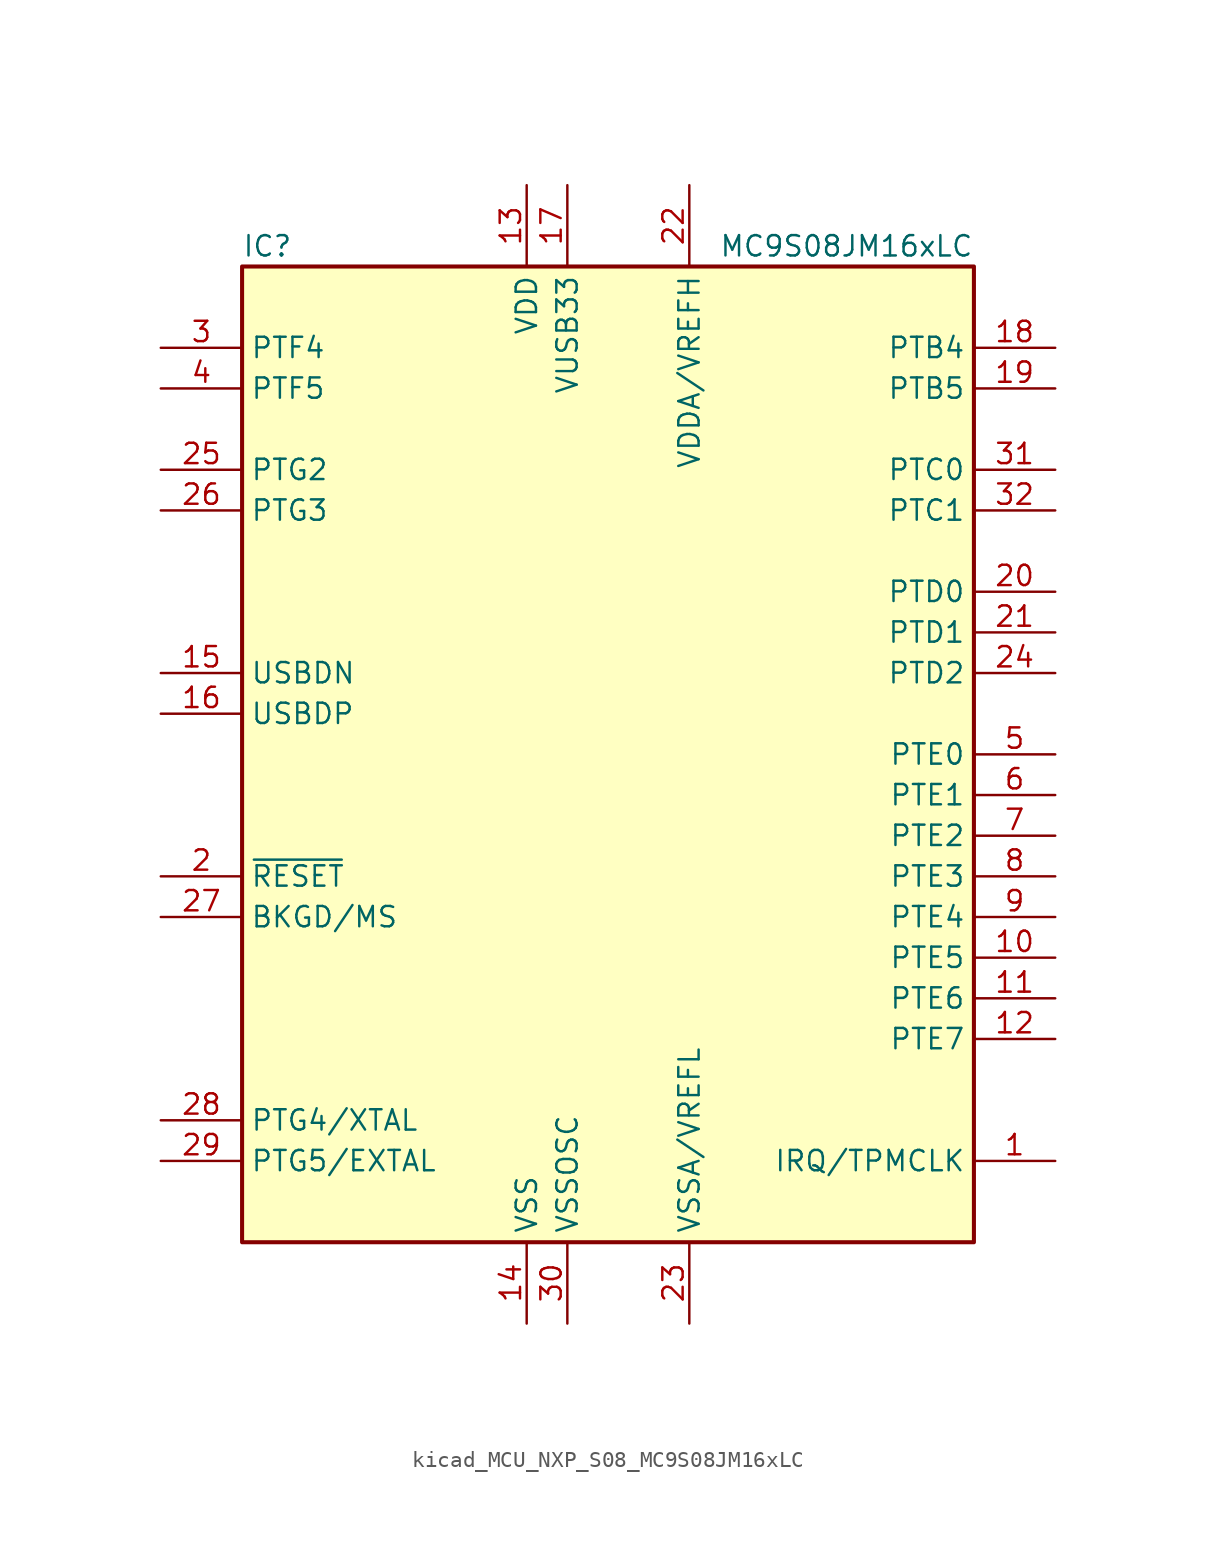
<source format=kicad_sym>
(kicad_symbol_lib
  (version 20220914)
  (generator kicad_symbol_editor)
  (symbol "kicad_MCU_NXP_S08_MC9S08JM16xLC"
    (property "Reference" "IC"
      (at -22.86 31.75 0)
      (effects (font (size 1.27 1.27)) (justify left)))
    (property "Value" "MC9S08JM16xLC"
      (at 22.86 31.75 0)
      (effects (font (size 1.27 1.27)) (justify right)))
    (symbol "kicad_MCU_NXP_S08_MC9S08JM16xLC_0_1"
      (rectangle (start -22.86 30.48) (end 22.86 -30.48) (stroke (width 0.254) (type default)) (fill (type background))))
    (symbol "kicad_MCU_NXP_S08_MC9S08JM16xLC_1_1"
      (pin bidirectional line (at 27.94 -25.4 180) (length 5.08) (name "IRQ/TPMCLK" (effects (font (size 1.27 1.27)))) (number "1" (effects (font (size 1.27 1.27)))))
      (pin bidirectional line (at 27.94 -12.7 180) (length 5.08) (name "PTE5" (effects (font (size 1.27 1.27)))) (number "10" (effects (font (size 1.27 1.27)))))
      (pin bidirectional line (at 27.94 -15.24 180) (length 5.08) (name "PTE6" (effects (font (size 1.27 1.27)))) (number "11" (effects (font (size 1.27 1.27)))))
      (pin bidirectional line (at 27.94 -17.78 180) (length 5.08) (name "PTE7" (effects (font (size 1.27 1.27)))) (number "12" (effects (font (size 1.27 1.27)))))
      (pin power_in line (at -5.08 35.56 270) (length 5.08) (name "VDD" (effects (font (size 1.27 1.27)))) (number "13" (effects (font (size 1.27 1.27)))))
      (pin power_in line (at -5.08 -35.56 90) (length 5.08) (name "VSS" (effects (font (size 1.27 1.27)))) (number "14" (effects (font (size 1.27 1.27)))))
      (pin bidirectional line (at -27.94 5.08 0) (length 5.08) (name "USBDN" (effects (font (size 1.27 1.27)))) (number "15" (effects (font (size 1.27 1.27)))))
      (pin bidirectional line (at -27.94 2.54 0) (length 5.08) (name "USBDP" (effects (font (size 1.27 1.27)))) (number "16" (effects (font (size 1.27 1.27)))))
      (pin power_out line (at -2.54 35.56 270) (length 5.08) (name "VUSB33" (effects (font (size 1.27 1.27)))) (number "17" (effects (font (size 1.27 1.27)))))
      (pin bidirectional line (at 27.94 25.4 180) (length 5.08) (name "PTB4" (effects (font (size 1.27 1.27)))) (number "18" (effects (font (size 1.27 1.27)))))
      (pin bidirectional line (at 27.94 22.86 180) (length 5.08) (name "PTB5" (effects (font (size 1.27 1.27)))) (number "19" (effects (font (size 1.27 1.27)))))
      (pin input line (at -27.94 -7.62 0) (length 5.08) (name "~{RESET}" (effects (font (size 1.27 1.27)))) (number "2" (effects (font (size 1.27 1.27)))))
      (pin bidirectional line (at 27.94 10.16 180) (length 5.08) (name "PTD0" (effects (font (size 1.27 1.27)))) (number "20" (effects (font (size 1.27 1.27)))))
      (pin bidirectional line (at 27.94 7.62 180) (length 5.08) (name "PTD1" (effects (font (size 1.27 1.27)))) (number "21" (effects (font (size 1.27 1.27)))))
      (pin power_in line (at 5.08 35.56 270) (length 5.08) (name "VDDA/VREFH" (effects (font (size 1.27 1.27)))) (number "22" (effects (font (size 1.27 1.27)))))
      (pin power_in line (at 5.08 -35.56 90) (length 5.08) (name "VSSA/VREFL" (effects (font (size 1.27 1.27)))) (number "23" (effects (font (size 1.27 1.27)))))
      (pin bidirectional line (at 27.94 5.08 180) (length 5.08) (name "PTD2" (effects (font (size 1.27 1.27)))) (number "24" (effects (font (size 1.27 1.27)))))
      (pin bidirectional line (at -27.94 17.78 0) (length 5.08) (name "PTG2" (effects (font (size 1.27 1.27)))) (number "25" (effects (font (size 1.27 1.27)))))
      (pin bidirectional line (at -27.94 15.24 0) (length 5.08) (name "PTG3" (effects (font (size 1.27 1.27)))) (number "26" (effects (font (size 1.27 1.27)))))
      (pin bidirectional line (at -27.94 -10.16 0) (length 5.08) (name "BKGD/MS" (effects (font (size 1.27 1.27)))) (number "27" (effects (font (size 1.27 1.27)))))
      (pin bidirectional line (at -27.94 -22.86 0) (length 5.08) (name "PTG4/XTAL" (effects (font (size 1.27 1.27)))) (number "28" (effects (font (size 1.27 1.27)))))
      (pin bidirectional line (at -27.94 -25.4 0) (length 5.08) (name "PTG5/EXTAL" (effects (font (size 1.27 1.27)))) (number "29" (effects (font (size 1.27 1.27)))))
      (pin bidirectional line (at -27.94 25.4 0) (length 5.08) (name "PTF4" (effects (font (size 1.27 1.27)))) (number "3" (effects (font (size 1.27 1.27)))))
      (pin power_in line (at -2.54 -35.56 90) (length 5.08) (name "VSSOSC" (effects (font (size 1.27 1.27)))) (number "30" (effects (font (size 1.27 1.27)))))
      (pin bidirectional line (at 27.94 17.78 180) (length 5.08) (name "PTC0" (effects (font (size 1.27 1.27)))) (number "31" (effects (font (size 1.27 1.27)))))
      (pin bidirectional line (at 27.94 15.24 180) (length 5.08) (name "PTC1" (effects (font (size 1.27 1.27)))) (number "32" (effects (font (size 1.27 1.27)))))
      (pin bidirectional line (at -27.94 22.86 0) (length 5.08) (name "PTF5" (effects (font (size 1.27 1.27)))) (number "4" (effects (font (size 1.27 1.27)))))
      (pin bidirectional line (at 27.94 0 180) (length 5.08) (name "PTE0" (effects (font (size 1.27 1.27)))) (number "5" (effects (font (size 1.27 1.27)))))
      (pin bidirectional line (at 27.94 -2.54 180) (length 5.08) (name "PTE1" (effects (font (size 1.27 1.27)))) (number "6" (effects (font (size 1.27 1.27)))))
      (pin bidirectional line (at 27.94 -5.08 180) (length 5.08) (name "PTE2" (effects (font (size 1.27 1.27)))) (number "7" (effects (font (size 1.27 1.27)))))
      (pin bidirectional line (at 27.94 -7.62 180) (length 5.08) (name "PTE3" (effects (font (size 1.27 1.27)))) (number "8" (effects (font (size 1.27 1.27)))))
      (pin bidirectional line (at 27.94 -10.16 180) (length 5.08) (name "PTE4" (effects (font (size 1.27 1.27)))) (number "9" (effects (font (size 1.27 1.27))))))))
</source>
